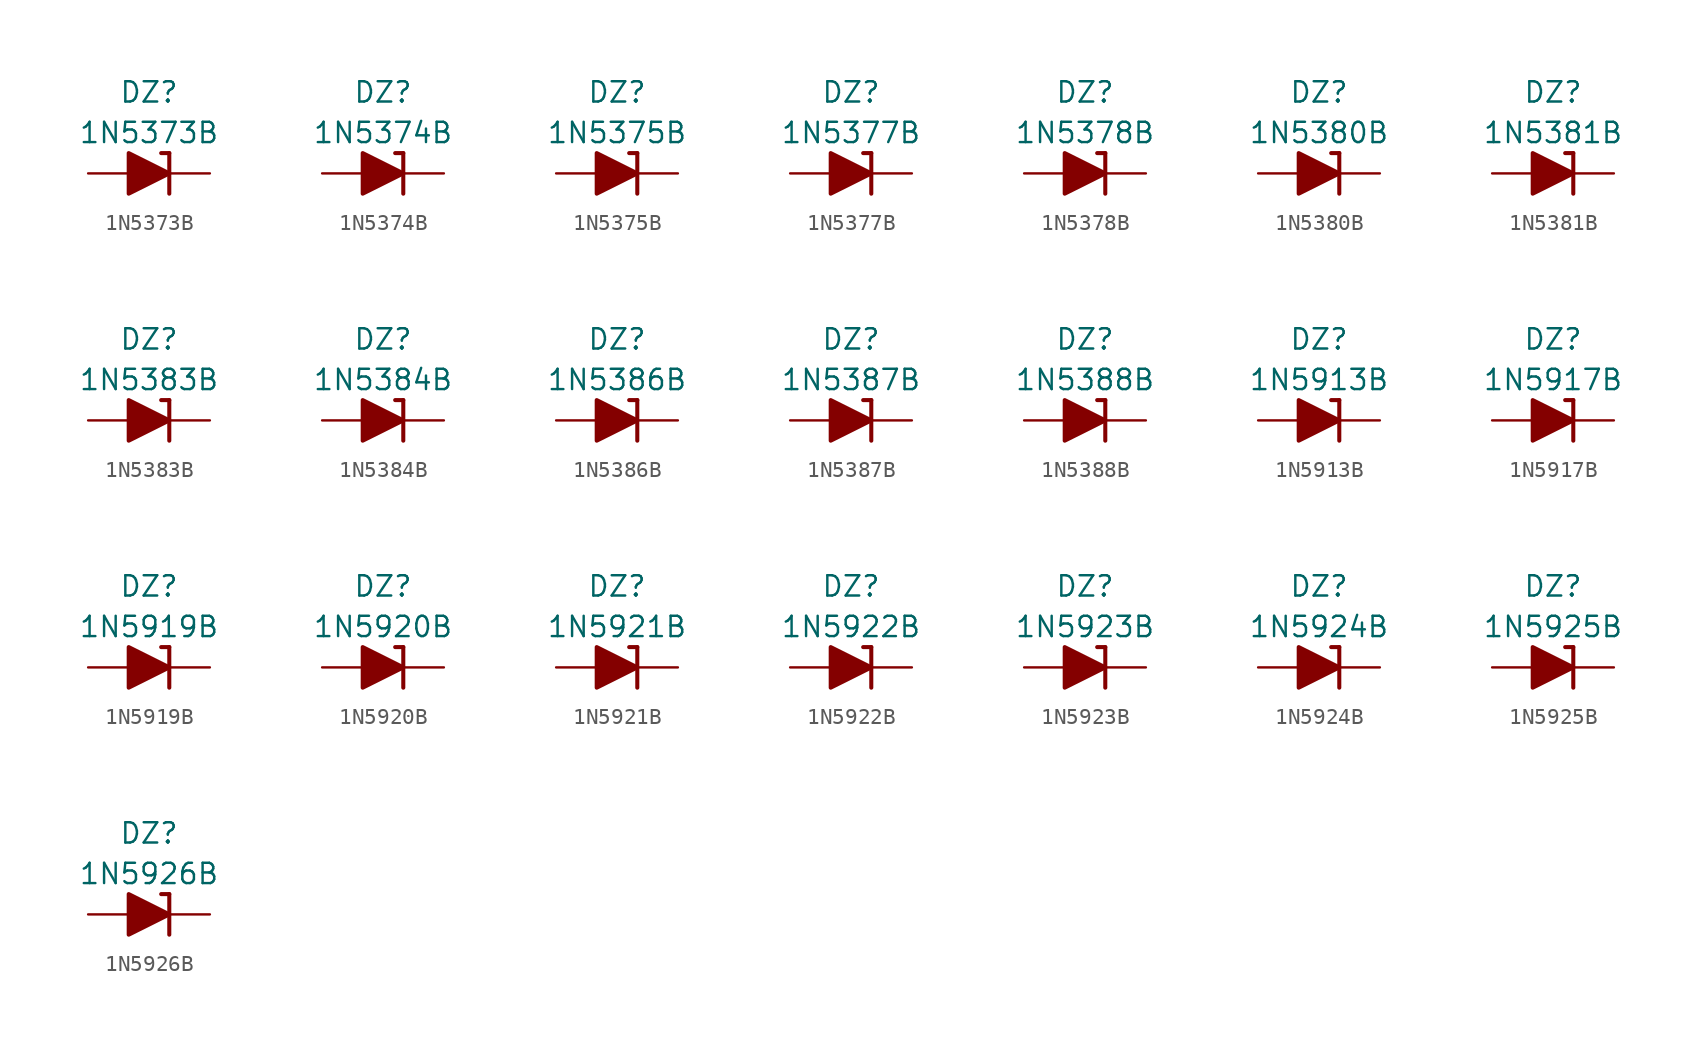
<source format=kicad_sym>
(kicad_symbol_lib
  (version 20201005)
  (generator kicad_symbol_editor)
  (symbol "Diode_Zener_AKL:1N5373B"
    (pin_numbers hide)
    (pin_names
      (offset 1.016) hide)
    (property "Reference" "DZ"
      (at 0 5.08 0)
      (effects (font (size 1.27 1.27))))
    (property "Value" "1N5373B"
      (at 0 2.54 0)
      (effects (font (size 1.27 1.27))))
    (symbol "1N5373B_0_1"
      (polyline (pts (xy -1.27 0) (xy 1.27 0)) (stroke (width 0)) (fill (type none)))
      (polyline (pts (xy 1.27 1.27) (xy 0.762 1.27)) (stroke (width 0.254)) (fill (type none)))
      (polyline (pts (xy 1.27 1.27) (xy 1.27 -1.27)) (stroke (width 0.254)) (fill (type none)))
      (polyline (pts (xy -1.27 -1.27) (xy -1.27 1.27) (xy 1.27 0) (xy -1.27 -1.27)) (stroke (width 0.254)) (fill (type outline))))
    (symbol "1N5373B_1_1"
      (pin passive line (at 3.81 0 180) (length 2.54) (name "K" (effects (font (size 1.27 1.27)))) (number "1" (effects (font (size 1.27 1.27)))))
      (pin passive line (at -3.81 0 0) (length 2.54) (name "A" (effects (font (size 1.27 1.27)))) (number "2" (effects (font (size 1.27 1.27)))))))
  (symbol "Diode_Zener_AKL:1N5374B"
    (pin_numbers hide)
    (pin_names
      (offset 1.016) hide)
    (property "Reference" "DZ"
      (at 0 5.08 0)
      (effects (font (size 1.27 1.27))))
    (property "Value" "1N5374B"
      (at 0 2.54 0)
      (effects (font (size 1.27 1.27))))
    (symbol "1N5374B_0_1"
      (polyline (pts (xy -1.27 0) (xy 1.27 0)) (stroke (width 0)) (fill (type none)))
      (polyline (pts (xy 1.27 1.27) (xy 0.762 1.27)) (stroke (width 0.254)) (fill (type none)))
      (polyline (pts (xy 1.27 1.27) (xy 1.27 -1.27)) (stroke (width 0.254)) (fill (type none)))
      (polyline (pts (xy -1.27 -1.27) (xy -1.27 1.27) (xy 1.27 0) (xy -1.27 -1.27)) (stroke (width 0.254)) (fill (type outline))))
    (symbol "1N5374B_1_1"
      (pin passive line (at 3.81 0 180) (length 2.54) (name "K" (effects (font (size 1.27 1.27)))) (number "1" (effects (font (size 1.27 1.27)))))
      (pin passive line (at -3.81 0 0) (length 2.54) (name "A" (effects (font (size 1.27 1.27)))) (number "2" (effects (font (size 1.27 1.27)))))))
  (symbol "Diode_Zener_AKL:1N5375B"
    (pin_numbers hide)
    (pin_names
      (offset 1.016) hide)
    (property "Reference" "DZ"
      (at 0 5.08 0)
      (effects (font (size 1.27 1.27))))
    (property "Value" "1N5375B"
      (at 0 2.54 0)
      (effects (font (size 1.27 1.27))))
    (symbol "1N5375B_0_1"
      (polyline (pts (xy -1.27 0) (xy 1.27 0)) (stroke (width 0)) (fill (type none)))
      (polyline (pts (xy 1.27 1.27) (xy 0.762 1.27)) (stroke (width 0.254)) (fill (type none)))
      (polyline (pts (xy 1.27 1.27) (xy 1.27 -1.27)) (stroke (width 0.254)) (fill (type none)))
      (polyline (pts (xy -1.27 -1.27) (xy -1.27 1.27) (xy 1.27 0) (xy -1.27 -1.27)) (stroke (width 0.254)) (fill (type outline))))
    (symbol "1N5375B_1_1"
      (pin passive line (at 3.81 0 180) (length 2.54) (name "K" (effects (font (size 1.27 1.27)))) (number "1" (effects (font (size 1.27 1.27)))))
      (pin passive line (at -3.81 0 0) (length 2.54) (name "A" (effects (font (size 1.27 1.27)))) (number "2" (effects (font (size 1.27 1.27)))))))
  (symbol "Diode_Zener_AKL:1N5377B"
    (pin_numbers hide)
    (pin_names
      (offset 1.016) hide)
    (property "Reference" "DZ"
      (at 0 5.08 0)
      (effects (font (size 1.27 1.27))))
    (property "Value" "1N5377B"
      (at 0 2.54 0)
      (effects (font (size 1.27 1.27))))
    (symbol "1N5377B_0_1"
      (polyline (pts (xy -1.27 0) (xy 1.27 0)) (stroke (width 0)) (fill (type none)))
      (polyline (pts (xy 1.27 1.27) (xy 0.762 1.27)) (stroke (width 0.254)) (fill (type none)))
      (polyline (pts (xy 1.27 1.27) (xy 1.27 -1.27)) (stroke (width 0.254)) (fill (type none)))
      (polyline (pts (xy -1.27 -1.27) (xy -1.27 1.27) (xy 1.27 0) (xy -1.27 -1.27)) (stroke (width 0.254)) (fill (type outline))))
    (symbol "1N5377B_1_1"
      (pin passive line (at 3.81 0 180) (length 2.54) (name "K" (effects (font (size 1.27 1.27)))) (number "1" (effects (font (size 1.27 1.27)))))
      (pin passive line (at -3.81 0 0) (length 2.54) (name "A" (effects (font (size 1.27 1.27)))) (number "2" (effects (font (size 1.27 1.27)))))))
  (symbol "Diode_Zener_AKL:1N5378B"
    (pin_numbers hide)
    (pin_names
      (offset 1.016) hide)
    (property "Reference" "DZ"
      (at 0 5.08 0)
      (effects (font (size 1.27 1.27))))
    (property "Value" "1N5378B"
      (at 0 2.54 0)
      (effects (font (size 1.27 1.27))))
    (symbol "1N5378B_0_1"
      (polyline (pts (xy -1.27 0) (xy 1.27 0)) (stroke (width 0)) (fill (type none)))
      (polyline (pts (xy 1.27 1.27) (xy 0.762 1.27)) (stroke (width 0.254)) (fill (type none)))
      (polyline (pts (xy 1.27 1.27) (xy 1.27 -1.27)) (stroke (width 0.254)) (fill (type none)))
      (polyline (pts (xy -1.27 -1.27) (xy -1.27 1.27) (xy 1.27 0) (xy -1.27 -1.27)) (stroke (width 0.254)) (fill (type outline))))
    (symbol "1N5378B_1_1"
      (pin passive line (at 3.81 0 180) (length 2.54) (name "K" (effects (font (size 1.27 1.27)))) (number "1" (effects (font (size 1.27 1.27)))))
      (pin passive line (at -3.81 0 0) (length 2.54) (name "A" (effects (font (size 1.27 1.27)))) (number "2" (effects (font (size 1.27 1.27)))))))
  (symbol "Diode_Zener_AKL:1N5380B"
    (pin_numbers hide)
    (pin_names
      (offset 1.016) hide)
    (property "Reference" "DZ"
      (at 0 5.08 0)
      (effects (font (size 1.27 1.27))))
    (property "Value" "1N5380B"
      (at 0 2.54 0)
      (effects (font (size 1.27 1.27))))
    (symbol "1N5380B_0_1"
      (polyline (pts (xy -1.27 0) (xy 1.27 0)) (stroke (width 0)) (fill (type none)))
      (polyline (pts (xy 1.27 1.27) (xy 0.762 1.27)) (stroke (width 0.254)) (fill (type none)))
      (polyline (pts (xy 1.27 1.27) (xy 1.27 -1.27)) (stroke (width 0.254)) (fill (type none)))
      (polyline (pts (xy -1.27 -1.27) (xy -1.27 1.27) (xy 1.27 0) (xy -1.27 -1.27)) (stroke (width 0.254)) (fill (type outline))))
    (symbol "1N5380B_1_1"
      (pin passive line (at 3.81 0 180) (length 2.54) (name "K" (effects (font (size 1.27 1.27)))) (number "1" (effects (font (size 1.27 1.27)))))
      (pin passive line (at -3.81 0 0) (length 2.54) (name "A" (effects (font (size 1.27 1.27)))) (number "2" (effects (font (size 1.27 1.27)))))))
  (symbol "Diode_Zener_AKL:1N5381B"
    (pin_numbers hide)
    (pin_names
      (offset 1.016) hide)
    (property "Reference" "DZ"
      (at 0 5.08 0)
      (effects (font (size 1.27 1.27))))
    (property "Value" "1N5381B"
      (at 0 2.54 0)
      (effects (font (size 1.27 1.27))))
    (symbol "1N5381B_0_1"
      (polyline (pts (xy -1.27 0) (xy 1.27 0)) (stroke (width 0)) (fill (type none)))
      (polyline (pts (xy 1.27 1.27) (xy 0.762 1.27)) (stroke (width 0.254)) (fill (type none)))
      (polyline (pts (xy 1.27 1.27) (xy 1.27 -1.27)) (stroke (width 0.254)) (fill (type none)))
      (polyline (pts (xy -1.27 -1.27) (xy -1.27 1.27) (xy 1.27 0) (xy -1.27 -1.27)) (stroke (width 0.254)) (fill (type outline))))
    (symbol "1N5381B_1_1"
      (pin passive line (at 3.81 0 180) (length 2.54) (name "K" (effects (font (size 1.27 1.27)))) (number "1" (effects (font (size 1.27 1.27)))))
      (pin passive line (at -3.81 0 0) (length 2.54) (name "A" (effects (font (size 1.27 1.27)))) (number "2" (effects (font (size 1.27 1.27)))))))
  (symbol "Diode_Zener_AKL:1N5383B"
    (pin_numbers hide)
    (pin_names
      (offset 1.016) hide)
    (property "Reference" "DZ"
      (at 0 5.08 0)
      (effects (font (size 1.27 1.27))))
    (property "Value" "1N5383B"
      (at 0 2.54 0)
      (effects (font (size 1.27 1.27))))
    (symbol "1N5383B_0_1"
      (polyline (pts (xy -1.27 0) (xy 1.27 0)) (stroke (width 0)) (fill (type none)))
      (polyline (pts (xy 1.27 1.27) (xy 0.762 1.27)) (stroke (width 0.254)) (fill (type none)))
      (polyline (pts (xy 1.27 1.27) (xy 1.27 -1.27)) (stroke (width 0.254)) (fill (type none)))
      (polyline (pts (xy -1.27 -1.27) (xy -1.27 1.27) (xy 1.27 0) (xy -1.27 -1.27)) (stroke (width 0.254)) (fill (type outline))))
    (symbol "1N5383B_1_1"
      (pin passive line (at 3.81 0 180) (length 2.54) (name "K" (effects (font (size 1.27 1.27)))) (number "1" (effects (font (size 1.27 1.27)))))
      (pin passive line (at -3.81 0 0) (length 2.54) (name "A" (effects (font (size 1.27 1.27)))) (number "2" (effects (font (size 1.27 1.27)))))))
  (symbol "Diode_Zener_AKL:1N5384B"
    (pin_numbers hide)
    (pin_names
      (offset 1.016) hide)
    (property "Reference" "DZ"
      (at 0 5.08 0)
      (effects (font (size 1.27 1.27))))
    (property "Value" "1N5384B"
      (at 0 2.54 0)
      (effects (font (size 1.27 1.27))))
    (symbol "1N5384B_0_1"
      (polyline (pts (xy -1.27 0) (xy 1.27 0)) (stroke (width 0)) (fill (type none)))
      (polyline (pts (xy 1.27 1.27) (xy 0.762 1.27)) (stroke (width 0.254)) (fill (type none)))
      (polyline (pts (xy 1.27 1.27) (xy 1.27 -1.27)) (stroke (width 0.254)) (fill (type none)))
      (polyline (pts (xy -1.27 -1.27) (xy -1.27 1.27) (xy 1.27 0) (xy -1.27 -1.27)) (stroke (width 0.254)) (fill (type outline))))
    (symbol "1N5384B_1_1"
      (pin passive line (at 3.81 0 180) (length 2.54) (name "K" (effects (font (size 1.27 1.27)))) (number "1" (effects (font (size 1.27 1.27)))))
      (pin passive line (at -3.81 0 0) (length 2.54) (name "A" (effects (font (size 1.27 1.27)))) (number "2" (effects (font (size 1.27 1.27)))))))
  (symbol "Diode_Zener_AKL:1N5386B"
    (pin_numbers hide)
    (pin_names
      (offset 1.016) hide)
    (property "Reference" "DZ"
      (at 0 5.08 0)
      (effects (font (size 1.27 1.27))))
    (property "Value" "1N5386B"
      (at 0 2.54 0)
      (effects (font (size 1.27 1.27))))
    (symbol "1N5386B_0_1"
      (polyline (pts (xy -1.27 0) (xy 1.27 0)) (stroke (width 0)) (fill (type none)))
      (polyline (pts (xy 1.27 1.27) (xy 0.762 1.27)) (stroke (width 0.254)) (fill (type none)))
      (polyline (pts (xy 1.27 1.27) (xy 1.27 -1.27)) (stroke (width 0.254)) (fill (type none)))
      (polyline (pts (xy -1.27 -1.27) (xy -1.27 1.27) (xy 1.27 0) (xy -1.27 -1.27)) (stroke (width 0.254)) (fill (type outline))))
    (symbol "1N5386B_1_1"
      (pin passive line (at 3.81 0 180) (length 2.54) (name "K" (effects (font (size 1.27 1.27)))) (number "1" (effects (font (size 1.27 1.27)))))
      (pin passive line (at -3.81 0 0) (length 2.54) (name "A" (effects (font (size 1.27 1.27)))) (number "2" (effects (font (size 1.27 1.27)))))))
  (symbol "Diode_Zener_AKL:1N5387B"
    (pin_numbers hide)
    (pin_names
      (offset 1.016) hide)
    (property "Reference" "DZ"
      (at 0 5.08 0)
      (effects (font (size 1.27 1.27))))
    (property "Value" "1N5387B"
      (at 0 2.54 0)
      (effects (font (size 1.27 1.27))))
    (symbol "1N5387B_0_1"
      (polyline (pts (xy -1.27 0) (xy 1.27 0)) (stroke (width 0)) (fill (type none)))
      (polyline (pts (xy 1.27 1.27) (xy 0.762 1.27)) (stroke (width 0.254)) (fill (type none)))
      (polyline (pts (xy 1.27 1.27) (xy 1.27 -1.27)) (stroke (width 0.254)) (fill (type none)))
      (polyline (pts (xy -1.27 -1.27) (xy -1.27 1.27) (xy 1.27 0) (xy -1.27 -1.27)) (stroke (width 0.254)) (fill (type outline))))
    (symbol "1N5387B_1_1"
      (pin passive line (at 3.81 0 180) (length 2.54) (name "K" (effects (font (size 1.27 1.27)))) (number "1" (effects (font (size 1.27 1.27)))))
      (pin passive line (at -3.81 0 0) (length 2.54) (name "A" (effects (font (size 1.27 1.27)))) (number "2" (effects (font (size 1.27 1.27)))))))
  (symbol "Diode_Zener_AKL:1N5388B"
    (pin_numbers hide)
    (pin_names
      (offset 1.016) hide)
    (property "Reference" "DZ"
      (at 0 5.08 0)
      (effects (font (size 1.27 1.27))))
    (property "Value" "1N5388B"
      (at 0 2.54 0)
      (effects (font (size 1.27 1.27))))
    (symbol "1N5388B_0_1"
      (polyline (pts (xy -1.27 0) (xy 1.27 0)) (stroke (width 0)) (fill (type none)))
      (polyline (pts (xy 1.27 1.27) (xy 0.762 1.27)) (stroke (width 0.254)) (fill (type none)))
      (polyline (pts (xy 1.27 1.27) (xy 1.27 -1.27)) (stroke (width 0.254)) (fill (type none)))
      (polyline (pts (xy -1.27 -1.27) (xy -1.27 1.27) (xy 1.27 0) (xy -1.27 -1.27)) (stroke (width 0.254)) (fill (type outline))))
    (symbol "1N5388B_1_1"
      (pin passive line (at 3.81 0 180) (length 2.54) (name "K" (effects (font (size 1.27 1.27)))) (number "1" (effects (font (size 1.27 1.27)))))
      (pin passive line (at -3.81 0 0) (length 2.54) (name "A" (effects (font (size 1.27 1.27)))) (number "2" (effects (font (size 1.27 1.27)))))))
  (symbol "Diode_Zener_AKL:1N5913B"
    (pin_numbers hide)
    (pin_names
      (offset 1.016) hide)
    (property "Reference" "DZ"
      (at 0 5.08 0)
      (effects (font (size 1.27 1.27))))
    (property "Value" "1N5913B"
      (at 0 2.54 0)
      (effects (font (size 1.27 1.27))))
    (symbol "1N5913B_0_1"
      (polyline (pts (xy -1.27 0) (xy 1.27 0)) (stroke (width 0)) (fill (type none)))
      (polyline (pts (xy 1.27 1.27) (xy 0.762 1.27)) (stroke (width 0.254)) (fill (type none)))
      (polyline (pts (xy 1.27 1.27) (xy 1.27 -1.27)) (stroke (width 0.254)) (fill (type none)))
      (polyline (pts (xy -1.27 -1.27) (xy -1.27 1.27) (xy 1.27 0) (xy -1.27 -1.27)) (stroke (width 0.254)) (fill (type outline))))
    (symbol "1N5913B_1_1"
      (pin passive line (at 3.81 0 180) (length 2.54) (name "K" (effects (font (size 1.27 1.27)))) (number "1" (effects (font (size 1.27 1.27)))))
      (pin passive line (at -3.81 0 0) (length 2.54) (name "A" (effects (font (size 1.27 1.27)))) (number "2" (effects (font (size 1.27 1.27)))))))
  (symbol "Diode_Zener_AKL:1N5917B"
    (pin_numbers hide)
    (pin_names
      (offset 1.016) hide)
    (property "Reference" "DZ"
      (at 0 5.08 0)
      (effects (font (size 1.27 1.27))))
    (property "Value" "1N5917B"
      (at 0 2.54 0)
      (effects (font (size 1.27 1.27))))
    (symbol "1N5917B_0_1"
      (polyline (pts (xy -1.27 0) (xy 1.27 0)) (stroke (width 0)) (fill (type none)))
      (polyline (pts (xy 1.27 1.27) (xy 0.762 1.27)) (stroke (width 0.254)) (fill (type none)))
      (polyline (pts (xy 1.27 1.27) (xy 1.27 -1.27)) (stroke (width 0.254)) (fill (type none)))
      (polyline (pts (xy -1.27 -1.27) (xy -1.27 1.27) (xy 1.27 0) (xy -1.27 -1.27)) (stroke (width 0.254)) (fill (type outline))))
    (symbol "1N5917B_1_1"
      (pin passive line (at 3.81 0 180) (length 2.54) (name "K" (effects (font (size 1.27 1.27)))) (number "1" (effects (font (size 1.27 1.27)))))
      (pin passive line (at -3.81 0 0) (length 2.54) (name "A" (effects (font (size 1.27 1.27)))) (number "2" (effects (font (size 1.27 1.27)))))))
  (symbol "Diode_Zener_AKL:1N5919B"
    (pin_numbers hide)
    (pin_names
      (offset 1.016) hide)
    (property "Reference" "DZ"
      (at 0 5.08 0)
      (effects (font (size 1.27 1.27))))
    (property "Value" "1N5919B"
      (at 0 2.54 0)
      (effects (font (size 1.27 1.27))))
    (symbol "1N5919B_0_1"
      (polyline (pts (xy -1.27 0) (xy 1.27 0)) (stroke (width 0)) (fill (type none)))
      (polyline (pts (xy 1.27 1.27) (xy 0.762 1.27)) (stroke (width 0.254)) (fill (type none)))
      (polyline (pts (xy 1.27 1.27) (xy 1.27 -1.27)) (stroke (width 0.254)) (fill (type none)))
      (polyline (pts (xy -1.27 -1.27) (xy -1.27 1.27) (xy 1.27 0) (xy -1.27 -1.27)) (stroke (width 0.254)) (fill (type outline))))
    (symbol "1N5919B_1_1"
      (pin passive line (at 3.81 0 180) (length 2.54) (name "K" (effects (font (size 1.27 1.27)))) (number "1" (effects (font (size 1.27 1.27)))))
      (pin passive line (at -3.81 0 0) (length 2.54) (name "A" (effects (font (size 1.27 1.27)))) (number "2" (effects (font (size 1.27 1.27)))))))
  (symbol "Diode_Zener_AKL:1N5920B"
    (pin_numbers hide)
    (pin_names
      (offset 1.016) hide)
    (property "Reference" "DZ"
      (at 0 5.08 0)
      (effects (font (size 1.27 1.27))))
    (property "Value" "1N5920B"
      (at 0 2.54 0)
      (effects (font (size 1.27 1.27))))
    (symbol "1N5920B_0_1"
      (polyline (pts (xy -1.27 0) (xy 1.27 0)) (stroke (width 0)) (fill (type none)))
      (polyline (pts (xy 1.27 1.27) (xy 0.762 1.27)) (stroke (width 0.254)) (fill (type none)))
      (polyline (pts (xy 1.27 1.27) (xy 1.27 -1.27)) (stroke (width 0.254)) (fill (type none)))
      (polyline (pts (xy -1.27 -1.27) (xy -1.27 1.27) (xy 1.27 0) (xy -1.27 -1.27)) (stroke (width 0.254)) (fill (type outline))))
    (symbol "1N5920B_1_1"
      (pin passive line (at 3.81 0 180) (length 2.54) (name "K" (effects (font (size 1.27 1.27)))) (number "1" (effects (font (size 1.27 1.27)))))
      (pin passive line (at -3.81 0 0) (length 2.54) (name "A" (effects (font (size 1.27 1.27)))) (number "2" (effects (font (size 1.27 1.27)))))))
  (symbol "Diode_Zener_AKL:1N5921B"
    (pin_numbers hide)
    (pin_names
      (offset 1.016) hide)
    (property "Reference" "DZ"
      (at 0 5.08 0)
      (effects (font (size 1.27 1.27))))
    (property "Value" "1N5921B"
      (at 0 2.54 0)
      (effects (font (size 1.27 1.27))))
    (symbol "1N5921B_0_1"
      (polyline (pts (xy -1.27 0) (xy 1.27 0)) (stroke (width 0)) (fill (type none)))
      (polyline (pts (xy 1.27 1.27) (xy 0.762 1.27)) (stroke (width 0.254)) (fill (type none)))
      (polyline (pts (xy 1.27 1.27) (xy 1.27 -1.27)) (stroke (width 0.254)) (fill (type none)))
      (polyline (pts (xy -1.27 -1.27) (xy -1.27 1.27) (xy 1.27 0) (xy -1.27 -1.27)) (stroke (width 0.254)) (fill (type outline))))
    (symbol "1N5921B_1_1"
      (pin passive line (at 3.81 0 180) (length 2.54) (name "K" (effects (font (size 1.27 1.27)))) (number "1" (effects (font (size 1.27 1.27)))))
      (pin passive line (at -3.81 0 0) (length 2.54) (name "A" (effects (font (size 1.27 1.27)))) (number "2" (effects (font (size 1.27 1.27)))))))
  (symbol "Diode_Zener_AKL:1N5922B"
    (pin_numbers hide)
    (pin_names
      (offset 1.016) hide)
    (property "Reference" "DZ"
      (at 0 5.08 0)
      (effects (font (size 1.27 1.27))))
    (property "Value" "1N5922B"
      (at 0 2.54 0)
      (effects (font (size 1.27 1.27))))
    (symbol "1N5922B_0_1"
      (polyline (pts (xy -1.27 0) (xy 1.27 0)) (stroke (width 0)) (fill (type none)))
      (polyline (pts (xy 1.27 1.27) (xy 0.762 1.27)) (stroke (width 0.254)) (fill (type none)))
      (polyline (pts (xy 1.27 1.27) (xy 1.27 -1.27)) (stroke (width 0.254)) (fill (type none)))
      (polyline (pts (xy -1.27 -1.27) (xy -1.27 1.27) (xy 1.27 0) (xy -1.27 -1.27)) (stroke (width 0.254)) (fill (type outline))))
    (symbol "1N5922B_1_1"
      (pin passive line (at 3.81 0 180) (length 2.54) (name "K" (effects (font (size 1.27 1.27)))) (number "1" (effects (font (size 1.27 1.27)))))
      (pin passive line (at -3.81 0 0) (length 2.54) (name "A" (effects (font (size 1.27 1.27)))) (number "2" (effects (font (size 1.27 1.27)))))))
  (symbol "Diode_Zener_AKL:1N5923B"
    (pin_numbers hide)
    (pin_names
      (offset 1.016) hide)
    (property "Reference" "DZ"
      (at 0 5.08 0)
      (effects (font (size 1.27 1.27))))
    (property "Value" "1N5923B"
      (at 0 2.54 0)
      (effects (font (size 1.27 1.27))))
    (symbol "1N5923B_0_1"
      (polyline (pts (xy -1.27 0) (xy 1.27 0)) (stroke (width 0)) (fill (type none)))
      (polyline (pts (xy 1.27 1.27) (xy 0.762 1.27)) (stroke (width 0.254)) (fill (type none)))
      (polyline (pts (xy 1.27 1.27) (xy 1.27 -1.27)) (stroke (width 0.254)) (fill (type none)))
      (polyline (pts (xy -1.27 -1.27) (xy -1.27 1.27) (xy 1.27 0) (xy -1.27 -1.27)) (stroke (width 0.254)) (fill (type outline))))
    (symbol "1N5923B_1_1"
      (pin passive line (at 3.81 0 180) (length 2.54) (name "K" (effects (font (size 1.27 1.27)))) (number "1" (effects (font (size 1.27 1.27)))))
      (pin passive line (at -3.81 0 0) (length 2.54) (name "A" (effects (font (size 1.27 1.27)))) (number "2" (effects (font (size 1.27 1.27)))))))
  (symbol "Diode_Zener_AKL:1N5924B"
    (pin_numbers hide)
    (pin_names
      (offset 1.016) hide)
    (property "Reference" "DZ"
      (at 0 5.08 0)
      (effects (font (size 1.27 1.27))))
    (property "Value" "1N5924B"
      (at 0 2.54 0)
      (effects (font (size 1.27 1.27))))
    (symbol "1N5924B_0_1"
      (polyline (pts (xy -1.27 0) (xy 1.27 0)) (stroke (width 0)) (fill (type none)))
      (polyline (pts (xy 1.27 1.27) (xy 0.762 1.27)) (stroke (width 0.254)) (fill (type none)))
      (polyline (pts (xy 1.27 1.27) (xy 1.27 -1.27)) (stroke (width 0.254)) (fill (type none)))
      (polyline (pts (xy -1.27 -1.27) (xy -1.27 1.27) (xy 1.27 0) (xy -1.27 -1.27)) (stroke (width 0.254)) (fill (type outline))))
    (symbol "1N5924B_1_1"
      (pin passive line (at 3.81 0 180) (length 2.54) (name "K" (effects (font (size 1.27 1.27)))) (number "1" (effects (font (size 1.27 1.27)))))
      (pin passive line (at -3.81 0 0) (length 2.54) (name "A" (effects (font (size 1.27 1.27)))) (number "2" (effects (font (size 1.27 1.27)))))))
  (symbol "Diode_Zener_AKL:1N5925B"
    (pin_numbers hide)
    (pin_names
      (offset 1.016) hide)
    (property "Reference" "DZ"
      (at 0 5.08 0)
      (effects (font (size 1.27 1.27))))
    (property "Value" "1N5925B"
      (at 0 2.54 0)
      (effects (font (size 1.27 1.27))))
    (symbol "1N5925B_0_1"
      (polyline (pts (xy -1.27 0) (xy 1.27 0)) (stroke (width 0)) (fill (type none)))
      (polyline (pts (xy 1.27 1.27) (xy 0.762 1.27)) (stroke (width 0.254)) (fill (type none)))
      (polyline (pts (xy 1.27 1.27) (xy 1.27 -1.27)) (stroke (width 0.254)) (fill (type none)))
      (polyline (pts (xy -1.27 -1.27) (xy -1.27 1.27) (xy 1.27 0) (xy -1.27 -1.27)) (stroke (width 0.254)) (fill (type outline))))
    (symbol "1N5925B_1_1"
      (pin passive line (at 3.81 0 180) (length 2.54) (name "K" (effects (font (size 1.27 1.27)))) (number "1" (effects (font (size 1.27 1.27)))))
      (pin passive line (at -3.81 0 0) (length 2.54) (name "A" (effects (font (size 1.27 1.27)))) (number "2" (effects (font (size 1.27 1.27)))))))
  (symbol "Diode_Zener_AKL:1N5926B"
    (pin_numbers hide)
    (pin_names
      (offset 1.016) hide)
    (property "Reference" "DZ"
      (at 0 5.08 0)
      (effects (font (size 1.27 1.27))))
    (property "Value" "1N5926B"
      (at 0 2.54 0)
      (effects (font (size 1.27 1.27))))
    (symbol "1N5926B_0_1"
      (polyline (pts (xy -1.27 0) (xy 1.27 0)) (stroke (width 0)) (fill (type none)))
      (polyline (pts (xy 1.27 1.27) (xy 0.762 1.27)) (stroke (width 0.254)) (fill (type none)))
      (polyline (pts (xy 1.27 1.27) (xy 1.27 -1.27)) (stroke (width 0.254)) (fill (type none)))
      (polyline (pts (xy -1.27 -1.27) (xy -1.27 1.27) (xy 1.27 0) (xy -1.27 -1.27)) (stroke (width 0.254)) (fill (type outline))))
    (symbol "1N5926B_1_1"
      (pin passive line (at 3.81 0 180) (length 2.54) (name "K" (effects (font (size 1.27 1.27)))) (number "1" (effects (font (size 1.27 1.27)))))
      (pin passive line (at -3.81 0 0) (length 2.54) (name "A" (effects (font (size 1.27 1.27)))) (number "2" (effects (font (size 1.27 1.27))))))))
</source>
